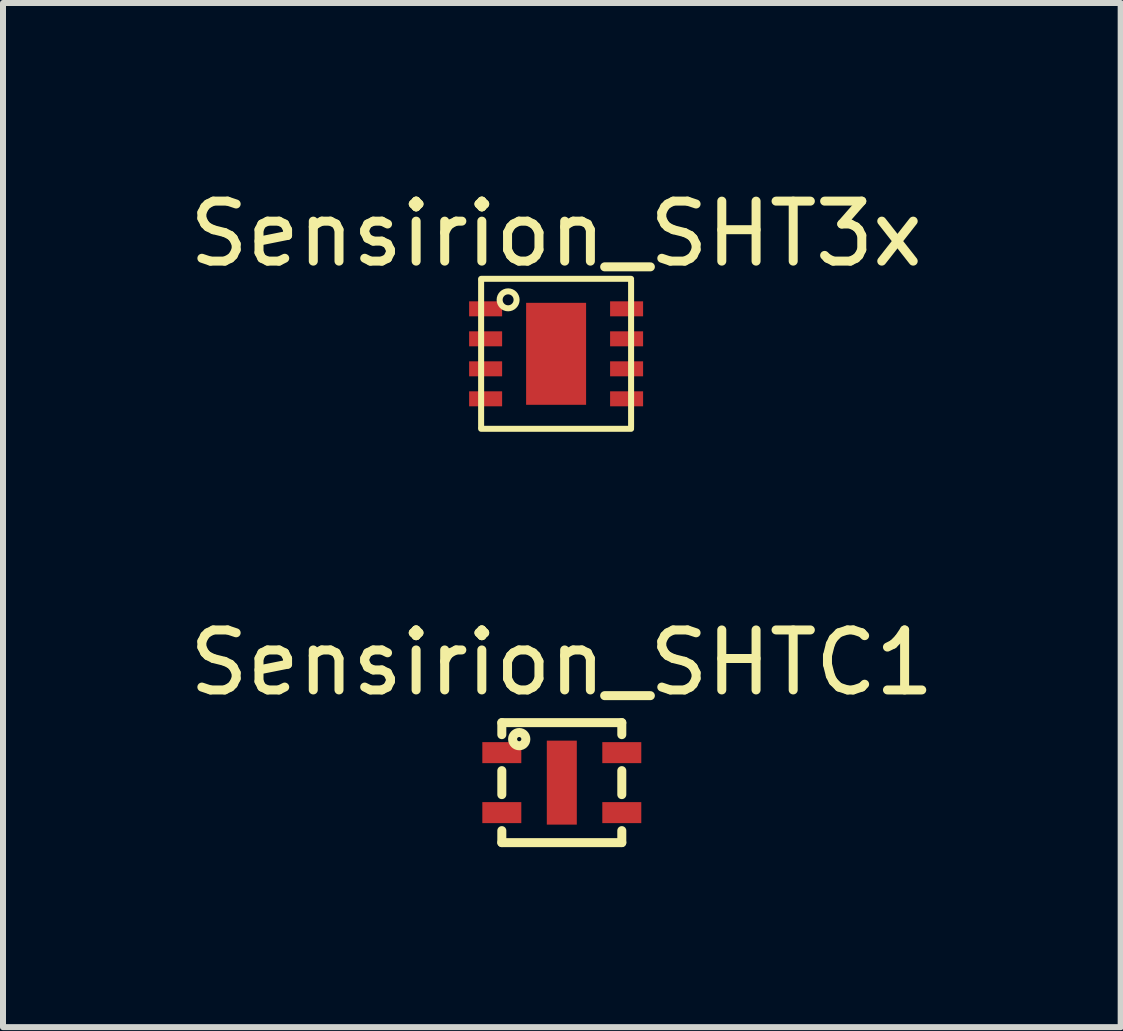
<source format=kicad_pcb>
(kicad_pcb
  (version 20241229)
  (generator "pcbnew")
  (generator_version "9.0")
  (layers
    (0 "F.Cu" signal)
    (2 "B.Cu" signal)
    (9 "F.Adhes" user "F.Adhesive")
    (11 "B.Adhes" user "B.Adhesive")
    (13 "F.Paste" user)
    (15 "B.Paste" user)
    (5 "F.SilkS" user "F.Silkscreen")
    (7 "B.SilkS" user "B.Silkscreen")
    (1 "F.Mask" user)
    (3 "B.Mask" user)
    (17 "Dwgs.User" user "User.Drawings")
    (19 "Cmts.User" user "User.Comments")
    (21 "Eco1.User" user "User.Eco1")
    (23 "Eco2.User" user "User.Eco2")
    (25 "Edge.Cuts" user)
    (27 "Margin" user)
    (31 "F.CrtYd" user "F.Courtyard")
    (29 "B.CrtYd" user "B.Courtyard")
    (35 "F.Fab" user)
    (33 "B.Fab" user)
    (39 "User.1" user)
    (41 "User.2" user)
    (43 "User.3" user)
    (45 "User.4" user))
  (footprint "Sensirion_SHTC1"
    (layer "F.Cu")
    (at 6.315 9.996)
    (property "Reference" "Sensirion_SHTC1" (at 0 -2 0) (layer "F.SilkS") (effects (font (size 1 1) (thickness 0.15))))
    (attr through_hole)
    (fp_line (start -1 -1) (end -1 -0.8) (stroke (width 0.15) (type solid)) (layer "F.SilkS"))
    (fp_line (start -1 -1) (end 1 -1) (stroke (width 0.15) (type solid)) (layer "F.SilkS"))
    (fp_line (start -1 -0.2) (end -1 0.2) (stroke (width 0.15) (type solid)) (layer "F.SilkS"))
    (fp_line (start -1 0.8) (end -1 1) (stroke (width 0.15) (type solid)) (layer "F.SilkS"))
    (fp_line (start -1 1) (end 1 1) (stroke (width 0.15) (type solid)) (layer "F.SilkS"))
    (fp_line (start 1 -1) (end 1 -0.8) (stroke (width 0.15) (type solid)) (layer "F.SilkS"))
    (fp_line (start 1 -0.2) (end 1 0.2) (stroke (width 0.15) (type solid)) (layer "F.SilkS"))
    (fp_line (start 1 0.8) (end 1 1) (stroke (width 0.15) (type solid)) (layer "F.SilkS"))
    (fp_circle (center -0.71 -0.725) (end -0.685 -0.7) (stroke (width 0.15) (type solid)) (fill no) (layer "F.SilkS"))
    (pad "1" smd rect (at -1 -0.5) (size 0.65 0.35) (layers "F.Cu" "F.Mask" "F.Paste"))
    (pad "2" smd rect (at -1 0.5) (size 0.65 0.35) (layers "F.Cu" "F.Mask" "F.Paste"))
    (pad "3" smd rect (at 1 0.5) (size 0.65 0.35) (layers "F.Cu" "F.Mask" "F.Paste"))
    (pad "4" smd rect (at 1 -0.5) (size 0.65 0.35) (layers "F.Cu" "F.Mask" "F.Paste"))
    (pad "PAD" smd rect (at 0 0) (size 0.5 1.4) (layers "F.Cu" "F.Mask" "F.Paste")))
  (footprint "Sensirion_SHT3x"
    (layer "F.Cu")
    (at 6.22 2.848)
    (property "Reference" "Sensirion_SHT3x" (at 0 -2 0) (layer "F.SilkS") (effects (font (size 1 1) (thickness 0.15))))
    (attr through_hole)
    (fp_line (start -1.25 -1.25) (end 1.25 -1.25) (stroke (width 0.1) (type solid)) (layer "F.SilkS"))
    (fp_line (start -1.25 1.225) (end -1.25 -1.225) (stroke (width 0.1) (type solid)) (layer "F.SilkS"))
    (fp_line (start -1.25 1.25) (end 1.25 1.25) (stroke (width 0.1) (type solid)) (layer "F.SilkS"))
    (fp_line (start 1.25 1.225) (end 1.25 -1.225) (stroke (width 0.1) (type solid)) (layer "F.SilkS"))
    (fp_circle (center -0.8 -0.9) (end -0.7 -0.8) (stroke (width 0.1) (type solid)) (fill no) (layer "F.SilkS"))
    (pad "1" smd rect (at -1.175 -0.75) (size 0.55 0.25) (layers "F.Cu" "F.Mask" "F.Paste"))
    (pad "2" smd rect (at -1.175 -0.25) (size 0.55 0.25) (layers "F.Cu" "F.Mask" "F.Paste"))
    (pad "3" smd rect (at -1.175 0.25) (size 0.55 0.25) (layers "F.Cu" "F.Mask" "F.Paste"))
    (pad "4" smd rect (at -1.175 0.75) (size 0.55 0.25) (layers "F.Cu" "F.Mask" "F.Paste"))
    (pad "5" smd rect (at 1.175 0.75) (size 0.55 0.25) (layers "F.Cu" "F.Mask" "F.Paste"))
    (pad "6" smd rect (at 1.175 0.25) (size 0.55 0.25) (layers "F.Cu" "F.Mask" "F.Paste"))
    (pad "7" smd rect (at 1.175 -0.25) (size 0.55 0.25) (layers "F.Cu" "F.Mask" "F.Paste"))
    (pad "8" smd rect (at 1.175 -0.75) (size 0.55 0.25) (layers "F.Cu" "F.Mask" "F.Paste"))
    (pad "9" smd rect (at 0 0) (size 1 1.7) (layers "F.Cu" "F.Mask" "F.Paste")))
  (gr_rect
    (start -3 -3)
    (end 15.631 14.072)
    (stroke (width 0.1) (type default))
    (fill no)
    (layer "Edge.Cuts")))
</source>
